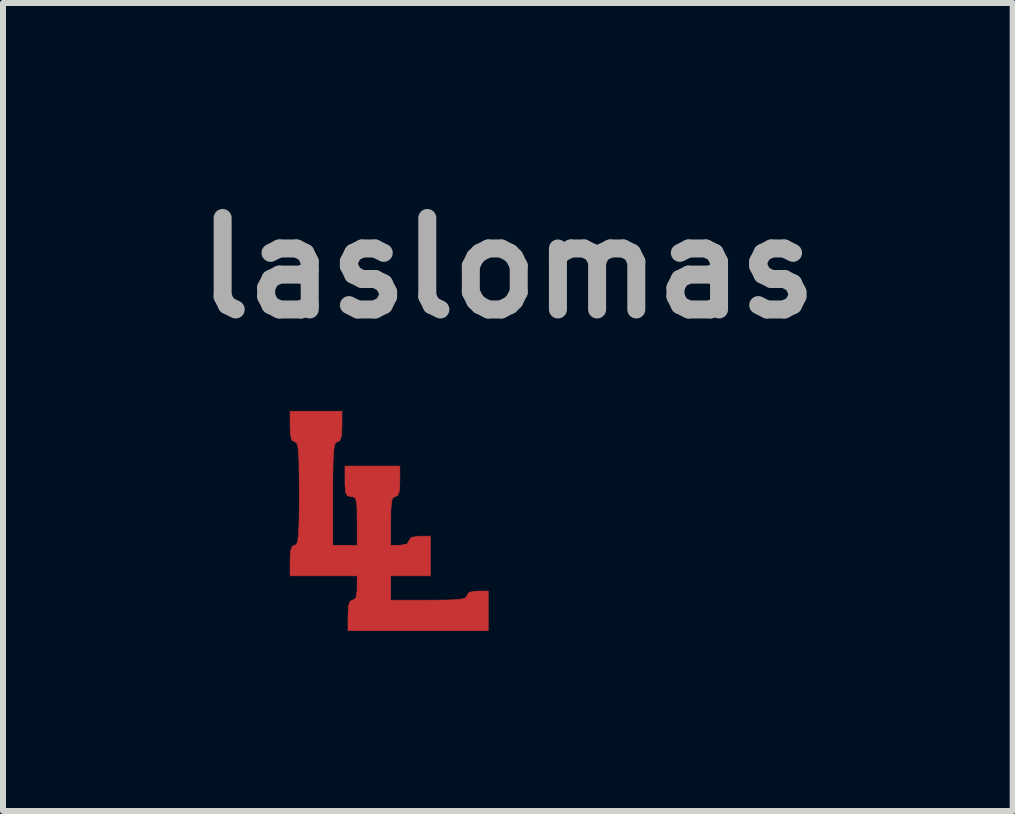
<source format=kicad_pcb>
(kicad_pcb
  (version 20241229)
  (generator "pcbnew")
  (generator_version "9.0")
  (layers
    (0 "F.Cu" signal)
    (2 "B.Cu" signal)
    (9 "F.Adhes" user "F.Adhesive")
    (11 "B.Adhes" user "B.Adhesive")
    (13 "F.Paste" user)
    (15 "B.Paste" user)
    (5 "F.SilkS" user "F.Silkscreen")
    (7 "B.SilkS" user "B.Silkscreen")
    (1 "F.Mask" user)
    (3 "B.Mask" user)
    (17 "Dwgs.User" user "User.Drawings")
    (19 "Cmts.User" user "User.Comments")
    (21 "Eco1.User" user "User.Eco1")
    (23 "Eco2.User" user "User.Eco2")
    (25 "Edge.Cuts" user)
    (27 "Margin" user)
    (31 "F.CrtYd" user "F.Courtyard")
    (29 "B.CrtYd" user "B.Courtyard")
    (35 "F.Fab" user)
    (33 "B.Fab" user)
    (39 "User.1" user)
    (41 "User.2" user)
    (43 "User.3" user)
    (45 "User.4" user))
  (footprint "laslomas"
    (layer "F.Cu")
    (at 3.414 5.618)
    (property "Reference" "laslomas" (at 2 -4.2 0) (layer "F.Fab") (effects (font (size 1.524 1.524) (thickness 0.3))))
    (attr through_hole)
    (fp_poly (pts (xy -0.765 -1.56) (xy -0.773 -1.401) (xy -0.802 -1.323) (xy -0.841 -1.306) (xy -0.87 -1.293) (xy -0.89 -1.245) (xy -0.904 -1.148) (xy -0.912 -0.989) (xy -0.917 -0.755) (xy -0.918 -0.443) (xy -0.918 0.421) (xy -0.511 0.421) (xy -0.511 0.014) (xy -0.513 -0.188) (xy -0.523 -0.309) (xy -0.546 -0.37) (xy -0.586 -0.391) (xy -0.613 -0.392) (xy -0.674 -0.405) (xy -0.704 -0.462) (xy -0.714 -0.587) (xy -0.714 -0.646) (xy -0.714 -0.9) (xy 0.2 -0.9) (xy 0.2 -0.646) (xy 0.192 -0.486) (xy 0.164 -0.408) (xy 0.124 -0.392) (xy 0.085 -0.373) (xy 0.061 -0.303) (xy 0.05 -0.166) (xy 0.048 0.014) (xy 0.048 0.421) (xy 0.2 0.421) (xy 0.321 0.398) (xy 0.352 0.345) (xy 0.391 0.288) (xy 0.514 0.269) (xy 0.53 0.268) (xy 0.708 0.268) (xy 0.708 0.929) (xy 0.048 0.929) (xy 0.048 1.335) (xy 0.683 1.335) (xy 0.952 1.333) (xy 1.134 1.327) (xy 1.246 1.314) (xy 1.302 1.292) (xy 1.318 1.26) (xy 1.318 1.259) (xy 1.356 1.203) (xy 1.479 1.183) (xy 1.495 1.183) (xy 1.673 1.183) (xy 1.673 1.843) (xy -0.664 1.843) (xy -0.664 1.589) (xy -0.655 1.429) (xy -0.627 1.351) (xy -0.587 1.335) (xy -0.534 1.302) (xy -0.513 1.19) (xy -0.511 1.132) (xy -0.511 0.929) (xy -1.629 0.929) (xy -1.629 0.675) (xy -1.621 0.515) (xy -1.592 0.437) (xy -1.553 0.421) (xy -1.524 0.408) (xy -1.504 0.359) (xy -1.49 0.262) (xy -1.482 0.104) (xy -1.477 -0.13) (xy -1.476 -0.443) (xy -1.478 -0.763) (xy -1.482 -0.995) (xy -1.49 -1.151) (xy -1.504 -1.247) (xy -1.525 -1.294) (xy -1.553 -1.306) (xy -1.601 -1.334) (xy -1.624 -1.428) (xy -1.629 -1.56) (xy -1.629 -1.814) (xy -0.765 -1.814) (xy -0.765 -1.56)) (stroke (width 0.01) (type solid)) (fill yes) (layer "F.Cu"))
    (fp_poly (pts (xy -0.765 -1.56) (xy -0.773 -1.401) (xy -0.802 -1.323) (xy -0.841 -1.306) (xy -0.87 -1.293) (xy -0.89 -1.245) (xy -0.904 -1.148) (xy -0.912 -0.989) (xy -0.917 -0.755) (xy -0.918 -0.443) (xy -0.918 0.421) (xy -0.511 0.421) (xy -0.511 0.014) (xy -0.513 -0.188) (xy -0.523 -0.309) (xy -0.546 -0.37) (xy -0.586 -0.391) (xy -0.613 -0.392) (xy -0.674 -0.405) (xy -0.704 -0.462) (xy -0.714 -0.587) (xy -0.714 -0.646) (xy -0.714 -0.9) (xy 0.2 -0.9) (xy 0.2 -0.646) (xy 0.192 -0.486) (xy 0.164 -0.408) (xy 0.124 -0.392) (xy 0.085 -0.373) (xy 0.061 -0.303) (xy 0.05 -0.166) (xy 0.048 0.014) (xy 0.048 0.421) (xy 0.2 0.421) (xy 0.321 0.398) (xy 0.352 0.345) (xy 0.391 0.288) (xy 0.514 0.269) (xy 0.53 0.268) (xy 0.708 0.268) (xy 0.708 0.929) (xy 0.048 0.929) (xy 0.048 1.335) (xy 0.683 1.335) (xy 0.952 1.333) (xy 1.134 1.327) (xy 1.246 1.314) (xy 1.302 1.292) (xy 1.318 1.26) (xy 1.318 1.259) (xy 1.356 1.203) (xy 1.479 1.183) (xy 1.495 1.183) (xy 1.673 1.183) (xy 1.673 1.843) (xy -0.664 1.843) (xy -0.664 1.589) (xy -0.655 1.429) (xy -0.627 1.351) (xy -0.587 1.335) (xy -0.534 1.302) (xy -0.513 1.19) (xy -0.511 1.132) (xy -0.511 0.929) (xy -1.629 0.929) (xy -1.629 0.675) (xy -1.621 0.515) (xy -1.592 0.437) (xy -1.553 0.421) (xy -1.524 0.408) (xy -1.504 0.359) (xy -1.49 0.262) (xy -1.482 0.104) (xy -1.477 -0.13) (xy -1.476 -0.443) (xy -1.478 -0.763) (xy -1.482 -0.995) (xy -1.49 -1.151) (xy -1.504 -1.247) (xy -1.525 -1.294) (xy -1.553 -1.306) (xy -1.601 -1.334) (xy -1.624 -1.428) (xy -1.629 -1.56) (xy -1.629 -1.814) (xy -0.765 -1.814) (xy -0.765 -1.56)) (stroke (width 0.01) (type solid)) (fill yes) (layer "F.Mask")))
  (gr_rect
    (start -3 -3)
    (end 13.828 10.466)
    (stroke (width 0.1) (type default))
    (fill no)
    (layer "Edge.Cuts")))
</source>
